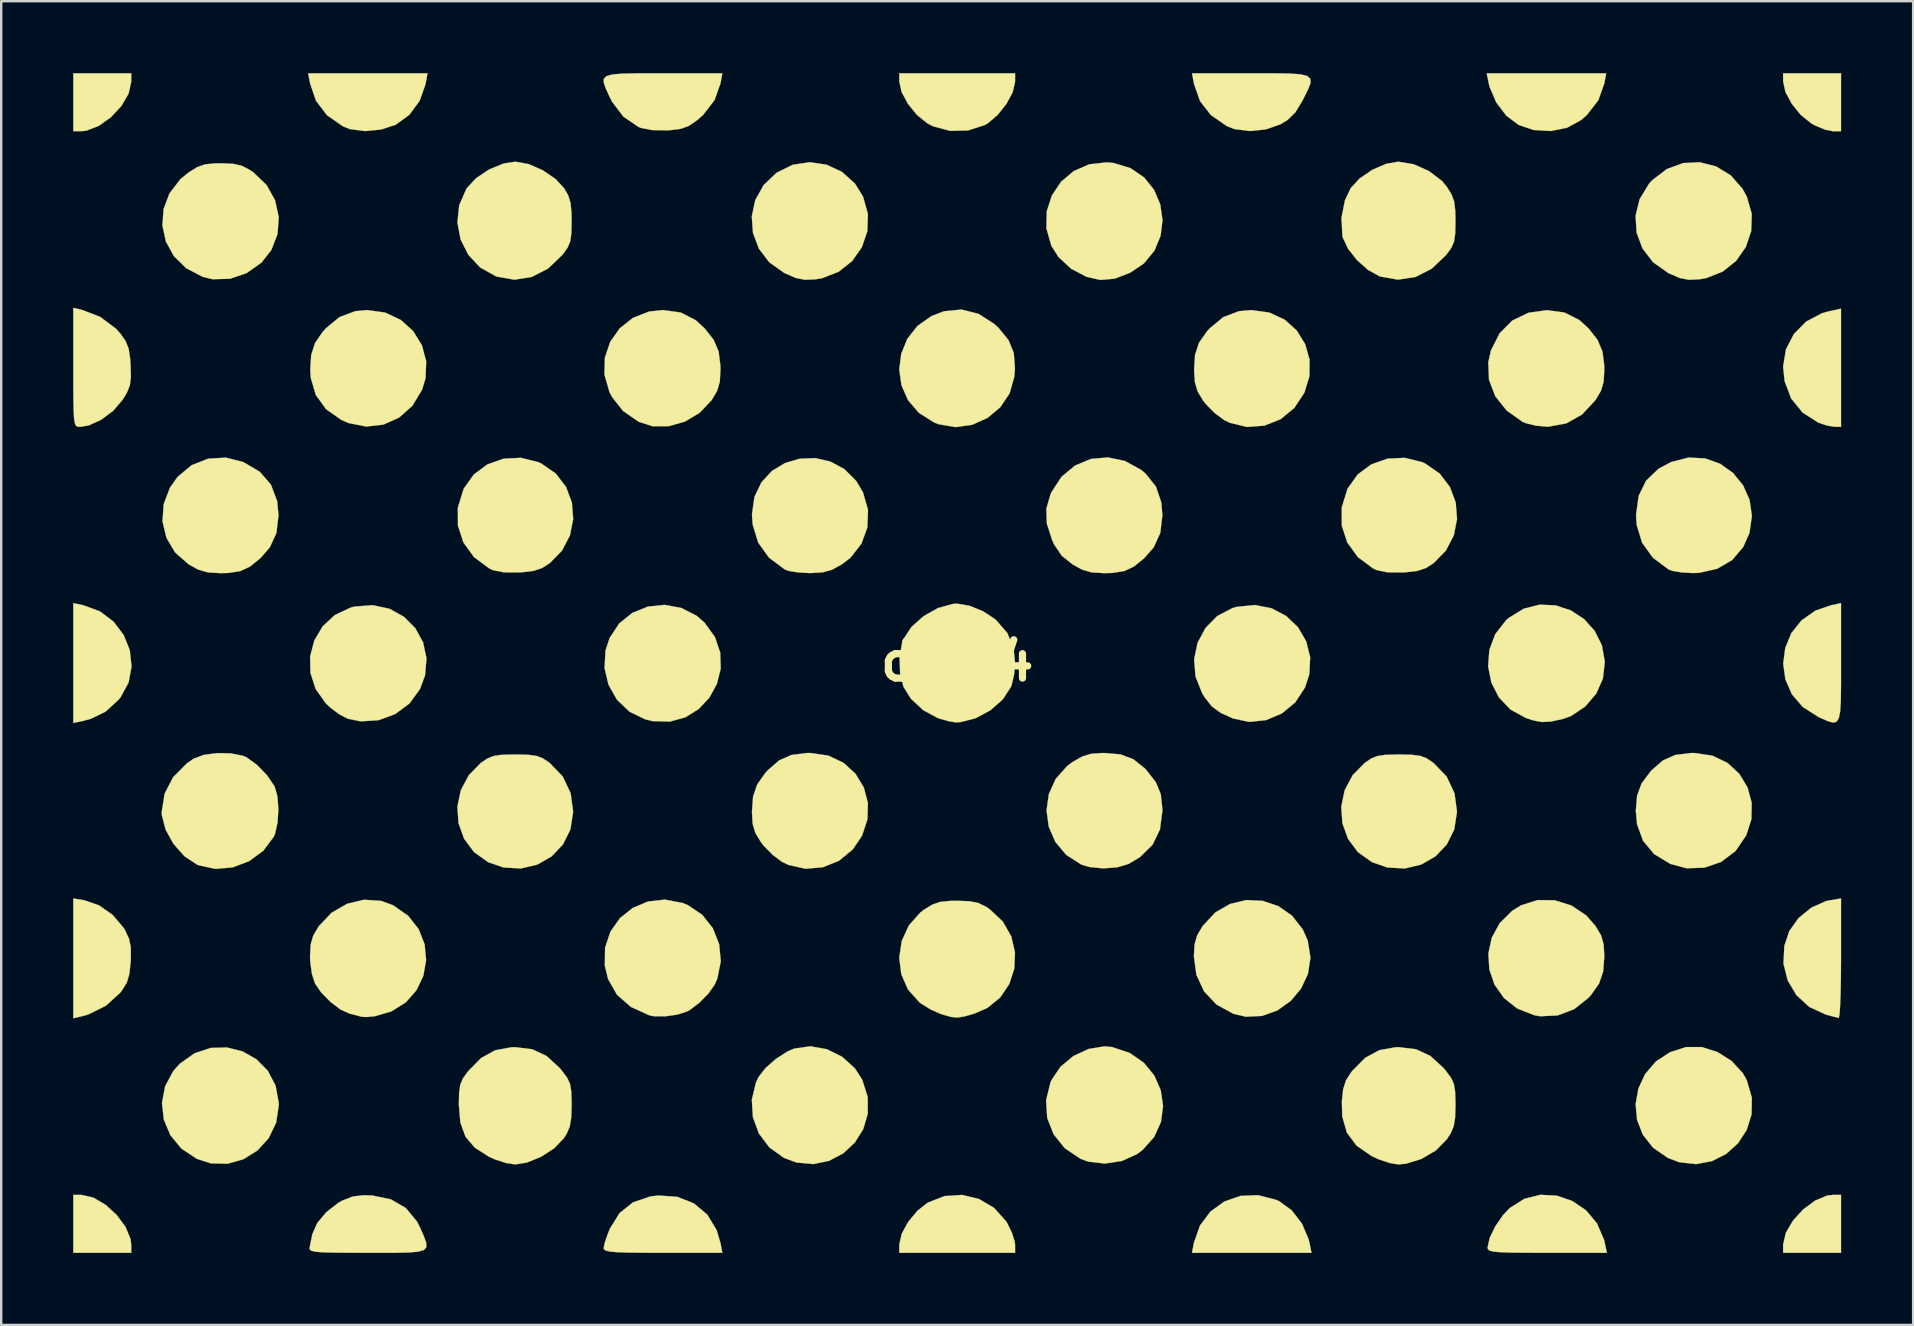
<source format=kicad_pcb>
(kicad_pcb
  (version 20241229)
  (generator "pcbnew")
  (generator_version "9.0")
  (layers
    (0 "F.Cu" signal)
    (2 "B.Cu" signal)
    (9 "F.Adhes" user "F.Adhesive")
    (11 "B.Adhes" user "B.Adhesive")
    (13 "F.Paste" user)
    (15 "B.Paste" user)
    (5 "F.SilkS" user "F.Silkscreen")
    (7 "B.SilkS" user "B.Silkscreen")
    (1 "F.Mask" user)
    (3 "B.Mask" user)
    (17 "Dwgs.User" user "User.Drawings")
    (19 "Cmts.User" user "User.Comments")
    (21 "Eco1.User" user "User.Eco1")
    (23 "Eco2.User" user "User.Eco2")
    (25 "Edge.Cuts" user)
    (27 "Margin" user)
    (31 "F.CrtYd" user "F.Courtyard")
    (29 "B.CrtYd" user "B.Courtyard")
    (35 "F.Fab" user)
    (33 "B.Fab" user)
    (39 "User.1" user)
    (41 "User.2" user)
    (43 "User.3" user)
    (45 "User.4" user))
  (footprint "dots4"
    (layer "F.Cu")
    (at 36.835 24.516)
    (property "Reference" "dots4" (at 0 0 0) (layer "F.SilkS") (effects (font (size 1.524 1.524) (thickness 0.3))))
    (attr through_hole)
    (fp_poly (pts (xy -35.999 22.337) (xy -35.491 22.634) (xy -35.024 23.059) (xy -34.656 23.555) (xy -34.445 24.062) (xy -34.417 24.3) (xy -34.417 24.638) (xy -36.83 24.638) (xy -36.83 22.225) (xy -36.492 22.225) (xy -35.999 22.337)) (stroke (width 0.01) (type solid)) (fill yes) (layer "F.SilkS"))
    (fp_poly (pts (xy -34.417 -24.155) (xy -34.53 -23.656) (xy -34.83 -23.147) (xy -35.261 -22.684) (xy -35.764 -22.323) (xy -36.283 -22.122) (xy -36.507 -22.098) (xy -36.83 -22.098) (xy -36.83 -24.511) (xy -34.417 -24.511) (xy -34.417 -24.155)) (stroke (width 0.01) (type solid)) (fill yes) (layer "F.SilkS"))
    (fp_poly (pts (xy 36.83 24.638) (xy 34.417 24.638) (xy 34.417 24.3) (xy 34.529 23.807) (xy 34.826 23.299) (xy 35.251 22.832) (xy 35.747 22.464) (xy 36.254 22.253) (xy 36.492 22.225) (xy 36.83 22.225) (xy 36.83 24.638)) (stroke (width 0.01) (type solid)) (fill yes) (layer "F.SilkS"))
    (fp_poly (pts (xy 36.83 -22.098) (xy 36.481 -22.099) (xy 36.162 -22.165) (xy 35.763 -22.33) (xy 35.593 -22.423) (xy 35.156 -22.775) (xy 34.779 -23.238) (xy 34.514 -23.733) (xy 34.417 -24.173) (xy 34.417 -24.511) (xy 36.83 -24.511) (xy 36.83 -22.098)) (stroke (width 0.01) (type solid)) (fill yes) (layer "F.SilkS"))
    (fp_poly (pts (xy -36.417 -2.347) (xy -35.719 -2.089) (xy -35.152 -1.661) (xy -34.732 -1.108) (xy -34.477 -0.472) (xy -34.403 0.202) (xy -34.525 0.87) (xy -34.86 1.488) (xy -34.95 1.597) (xy -35.488 2.089) (xy -36.097 2.386) (xy -36.417 2.471) (xy -36.83 2.56) (xy -36.83 -2.433) (xy -36.417 -2.347)) (stroke (width 0.01) (type solid)) (fill yes) (layer "F.SilkS"))
    (fp_poly (pts (xy -22.156 -24.05) (xy -22.4 -23.362) (xy -22.828 -22.781) (xy -23.393 -22.371) (xy -23.4 -22.367) (xy -24.017 -22.166) (xy -24.684 -22.104) (xy -25.301 -22.186) (xy -25.59 -22.298) (xy -26.261 -22.766) (xy -26.718 -23.368) (xy -26.966 -24.098) (xy -27.045 -24.511) (xy -22.07 -24.511) (xy -22.156 -24.05)) (stroke (width 0.01) (type solid)) (fill yes) (layer "F.SilkS"))
    (fp_poly (pts (xy 13.283 22.428) (xy 13.424 22.491) (xy 13.941 22.868) (xy 14.366 23.42) (xy 14.644 24.07) (xy 14.683 24.234) (xy 14.764 24.638) (xy 9.785 24.638) (xy 9.864 24.225) (xy 10.118 23.501) (xy 10.553 22.92) (xy 11.129 22.502) (xy 11.803 22.267) (xy 12.534 22.236) (xy 13.283 22.428)) (stroke (width 0.01) (type solid)) (fill yes) (layer "F.SilkS"))
    (fp_poly (pts (xy 26.969 -24.098) (xy 26.721 -23.395) (xy 26.245 -22.779) (xy 25.999 -22.562) (xy 25.419 -22.245) (xy 24.732 -22.106) (xy 24.016 -22.15) (xy 23.396 -22.36) (xy 22.883 -22.746) (xy 22.46 -23.303) (xy 22.184 -23.951) (xy 22.147 -24.107) (xy 22.066 -24.511) (xy 27.045 -24.511) (xy 26.969 -24.098)) (stroke (width 0.01) (type solid)) (fill yes) (layer "F.SilkS"))
    (fp_poly (pts (xy 36.83 -9.779) (xy 36.544 -9.784) (xy 36.222 -9.839) (xy 35.877 -9.958) (xy 35.225 -10.377) (xy 34.752 -10.963) (xy 34.479 -11.683) (xy 34.417 -12.285) (xy 34.536 -13.012) (xy 34.871 -13.656) (xy 35.384 -14.171) (xy 36.039 -14.515) (xy 36.29 -14.585) (xy 36.83 -14.705) (xy 36.83 -9.779)) (stroke (width 0.01) (type solid)) (fill yes) (layer "F.SilkS"))
    (fp_poly (pts (xy 0.907 22.395) (xy 1.535 22.764) (xy 2.035 23.321) (xy 2.092 23.414) (xy 2.284 23.808) (xy 2.398 24.174) (xy 2.413 24.3) (xy 2.413 24.638) (xy -2.413 24.638) (xy -2.413 24.3) (xy -2.311 23.845) (xy -2.04 23.347) (xy -1.655 22.884) (xy -1.224 22.546) (xy -0.523 22.272) (xy 0.204 22.226) (xy 0.907 22.395)) (stroke (width 0.01) (type solid)) (fill yes) (layer "F.SilkS"))
    (fp_poly (pts (xy 2.413 -24.155) (xy 2.314 -23.725) (xy 2.056 -23.242) (xy 1.694 -22.785) (xy 1.284 -22.434) (xy 1.155 -22.358) (xy 0.45 -22.13) (xy -0.298 -22.113) (xy -1.008 -22.304) (xy -1.237 -22.423) (xy -1.674 -22.775) (xy -2.051 -23.238) (xy -2.316 -23.733) (xy -2.413 -24.173) (xy -2.413 -24.511) (xy 2.413 -24.511) (xy 2.413 -24.155)) (stroke (width 0.01) (type solid)) (fill yes) (layer "F.SilkS"))
    (fp_poly (pts (xy -36.368 9.948) (xy -35.757 10.161) (xy -35.185 10.563) (xy -34.734 11.096) (xy -34.679 11.188) (xy -34.511 11.545) (xy -34.435 11.9) (xy -34.432 12.365) (xy -34.44 12.515) (xy -34.496 13.026) (xy -34.606 13.39) (xy -34.809 13.715) (xy -34.874 13.798) (xy -35.468 14.34) (xy -36.204 14.706) (xy -36.481 14.784) (xy -36.83 14.864) (xy -36.83 9.873) (xy -36.368 9.948)) (stroke (width 0.01) (type solid)) (fill yes) (layer "F.SilkS"))
    (fp_poly (pts (xy 36.83 0.053) (xy 36.83 0.946) (xy 36.822 1.611) (xy 36.795 2.077) (xy 36.737 2.369) (xy 36.636 2.515) (xy 36.483 2.542) (xy 36.264 2.476) (xy 35.969 2.346) (xy 35.876 2.303) (xy 35.234 1.892) (xy 34.78 1.359) (xy 34.511 0.743) (xy 34.421 0.087) (xy 34.506 -0.569) (xy 34.761 -1.183) (xy 35.182 -1.714) (xy 35.762 -2.121) (xy 36.417 -2.347) (xy 36.83 -2.433) (xy 36.83 0.053)) (stroke (width 0.01) (type solid)) (fill yes) (layer "F.SilkS"))
    (fp_poly (pts (xy -11.659 22.306) (xy -10.968 22.58) (xy -10.412 23.049) (xy -10.022 23.691) (xy -9.864 24.225) (xy -9.785 24.638) (xy -12.259 24.638) (xy -13.118 24.636) (xy -13.756 24.628) (xy -14.203 24.611) (xy -14.492 24.583) (xy -14.655 24.541) (xy -14.723 24.483) (xy -14.732 24.439) (xy -14.684 24.214) (xy -14.561 23.857) (xy -14.466 23.623) (xy -14.068 22.981) (xy -13.511 22.537) (xy -12.797 22.293) (xy -12.456 22.25) (xy -11.659 22.306)) (stroke (width 0.01) (type solid)) (fill yes) (layer "F.SilkS"))
    (fp_poly (pts (xy 36.83 12.366) (xy 36.825 13.129) (xy 36.813 13.797) (xy 36.793 14.331) (xy 36.768 14.693) (xy 36.739 14.845) (xy 36.735 14.848) (xy 36.559 14.808) (xy 36.251 14.726) (xy 36.195 14.71) (xy 35.509 14.394) (xy 34.973 13.905) (xy 34.608 13.289) (xy 34.432 12.59) (xy 34.467 11.854) (xy 34.675 11.23) (xy 35.057 10.691) (xy 35.595 10.253) (xy 36.202 9.984) (xy 36.368 9.948) (xy 36.83 9.873) (xy 36.83 12.366)) (stroke (width 0.01) (type solid)) (fill yes) (layer "F.SilkS"))
    (fp_poly (pts (xy 13.828 -24.502) (xy 14.294 -24.471) (xy 14.582 -24.403) (xy 14.717 -24.286) (xy 14.724 -24.106) (xy 14.627 -23.849) (xy 14.453 -23.501) (xy 14.383 -23.364) (xy 14.092 -22.885) (xy 13.763 -22.563) (xy 13.474 -22.388) (xy 12.856 -22.173) (xy 12.182 -22.105) (xy 11.55 -22.188) (xy 11.239 -22.309) (xy 10.572 -22.772) (xy 10.121 -23.35) (xy 9.869 -24.07) (xy 9.864 -24.098) (xy 9.785 -24.511) (xy 12.259 -24.511) (xy 13.158 -24.511) (xy 13.828 -24.502)) (stroke (width 0.01) (type solid)) (fill yes) (layer "F.SilkS"))
    (fp_poly (pts (xy 24.981 22.256) (xy 25.629 22.477) (xy 26.203 22.866) (xy 26.659 23.408) (xy 26.952 24.087) (xy 26.985 24.225) (xy 27.071 24.638) (xy 24.585 24.638) (xy 23.729 24.636) (xy 23.095 24.63) (xy 22.649 24.615) (xy 22.36 24.589) (xy 22.194 24.55) (xy 22.118 24.493) (xy 22.101 24.417) (xy 22.101 24.416) (xy 22.192 24.012) (xy 22.425 23.532) (xy 22.747 23.066) (xy 23.028 22.77) (xy 23.637 22.387) (xy 24.303 22.221) (xy 24.981 22.256)) (stroke (width 0.01) (type solid)) (fill yes) (layer "F.SilkS"))
    (fp_poly (pts (xy -29.777 16.246) (xy -29.195 16.577) (xy -28.723 17.058) (xy -28.401 17.673) (xy -28.268 18.403) (xy -28.267 18.482) (xy -28.379 19.219) (xy -28.688 19.858) (xy -29.155 20.373) (xy -29.739 20.738) (xy -30.401 20.926) (xy -31.1 20.911) (xy -31.686 20.722) (xy -32.327 20.295) (xy -32.787 19.734) (xy -33.059 19.085) (xy -33.136 18.395) (xy -33.008 17.707) (xy -32.668 17.068) (xy -32.394 16.759) (xy -31.777 16.322) (xy -31.108 16.102) (xy -30.428 16.082) (xy -29.777 16.246)) (stroke (width 0.01) (type solid)) (fill yes) (layer "F.SilkS"))
    (fp_poly (pts (xy -11.498 -2.235) (xy -10.854 -1.905) (xy -10.531 -1.625) (xy -10.092 -1.019) (xy -9.873 -0.368) (xy -9.853 0.292) (xy -10.01 0.927) (xy -10.322 1.5) (xy -10.768 1.977) (xy -11.326 2.324) (xy -11.976 2.504) (xy -12.696 2.482) (xy -12.994 2.411) (xy -13.657 2.089) (xy -14.175 1.594) (xy -14.528 0.971) (xy -14.694 0.271) (xy -14.653 -0.461) (xy -14.485 -0.976) (xy -14.08 -1.59) (xy -13.53 -2.03) (xy -12.884 -2.29) (xy -12.19 -2.361) (xy -11.498 -2.235)) (stroke (width 0.01) (type solid)) (fill yes) (layer "F.SilkS"))
    (fp_poly (pts (xy 6.517 -20.775) (xy 7.227 -20.558) (xy 7.793 -20.17) (xy 8.207 -19.653) (xy 8.463 -19.049) (xy 8.556 -18.399) (xy 8.478 -17.744) (xy 8.224 -17.128) (xy 7.786 -16.592) (xy 7.216 -16.205) (xy 6.559 -15.952) (xy 5.965 -15.901) (xy 5.397 -16.028) (xy 4.759 -16.361) (xy 4.229 -16.847) (xy 3.926 -17.321) (xy 3.717 -18.052) (xy 3.734 -18.765) (xy 3.948 -19.425) (xy 4.332 -19.995) (xy 4.86 -20.439) (xy 5.503 -20.72) (xy 6.235 -20.801) (xy 6.517 -20.775)) (stroke (width 0.01) (type solid)) (fill yes) (layer "F.SilkS"))
    (fp_poly (pts (xy 31.68 16.27) (xy 32.274 16.647) (xy 32.74 17.156) (xy 32.904 17.448) (xy 33.114 18.173) (xy 33.102 18.872) (xy 32.9 19.516) (xy 32.537 20.075) (xy 32.044 20.519) (xy 31.451 20.818) (xy 30.788 20.943) (xy 30.086 20.863) (xy 29.617 20.685) (xy 28.996 20.257) (xy 28.569 19.714) (xy 28.33 19.095) (xy 28.271 18.441) (xy 28.386 17.792) (xy 28.668 17.188) (xy 29.111 16.67) (xy 29.708 16.277) (xy 30.376 16.064) (xy 31.025 16.064) (xy 31.68 16.27)) (stroke (width 0.01) (type solid)) (fill yes) (layer "F.SilkS"))
    (fp_poly (pts (xy -29.747 -8.312) (xy -29.067 -7.913) (xy -28.596 -7.372) (xy -28.337 -6.688) (xy -28.28 -6.096) (xy -28.366 -5.361) (xy -28.642 -4.756) (xy -29.04 -4.302) (xy -29.464 -3.959) (xy -29.872 -3.769) (xy -30.37 -3.691) (xy -30.701 -3.683) (xy -31.222 -3.714) (xy -31.633 -3.833) (xy -32.02 -4.047) (xy -32.584 -4.541) (xy -32.95 -5.155) (xy -33.113 -5.842) (xy -33.065 -6.555) (xy -32.802 -7.247) (xy -32.48 -7.7) (xy -31.896 -8.185) (xy -31.21 -8.454) (xy -30.469 -8.496) (xy -29.747 -8.312)) (stroke (width 0.01) (type solid)) (fill yes) (layer "F.SilkS"))
    (fp_poly (pts (xy -23.831 -14.54) (xy -23.185 -14.235) (xy -22.668 -13.769) (xy -22.305 -13.181) (xy -22.125 -12.511) (xy -22.153 -11.798) (xy -22.295 -11.332) (xy -22.699 -10.66) (xy -23.25 -10.169) (xy -23.906 -9.874) (xy -24.625 -9.792) (xy -25.364 -9.938) (xy -25.657 -10.065) (xy -26.296 -10.514) (xy -26.724 -11.104) (xy -26.936 -11.822) (xy -26.957 -12.147) (xy -26.918 -12.777) (xy -26.758 -13.272) (xy -26.439 -13.736) (xy -26.305 -13.886) (xy -25.735 -14.356) (xy -25.084 -14.599) (xy -24.578 -14.646) (xy -23.831 -14.54)) (stroke (width 0.01) (type solid)) (fill yes) (layer "F.SilkS"))
    (fp_poly (pts (xy -23.652 -2.197) (xy -23.052 -1.865) (xy -22.578 -1.388) (xy -22.256 -0.799) (xy -22.112 -0.132) (xy -22.174 0.579) (xy -22.384 1.146) (xy -22.822 1.748) (xy -23.418 2.189) (xy -24.113 2.445) (xy -24.852 2.493) (xy -25.393 2.382) (xy -25.742 2.201) (xy -26.131 1.91) (xy -26.305 1.747) (xy -26.734 1.142) (xy -26.949 0.474) (xy -26.963 -0.214) (xy -26.789 -0.875) (xy -26.441 -1.465) (xy -25.933 -1.938) (xy -25.276 -2.248) (xy -25.119 -2.289) (xy -24.35 -2.349) (xy -23.652 -2.197)) (stroke (width 0.01) (type solid)) (fill yes) (layer "F.SilkS"))
    (fp_poly (pts (xy -12.259 -24.511) (xy -9.785 -24.511) (xy -9.861 -24.098) (xy -10.109 -23.395) (xy -10.585 -22.779) (xy -10.831 -22.562) (xy -11.166 -22.328) (xy -11.503 -22.201) (xy -11.955 -22.142) (xy -12.101 -22.134) (xy -12.709 -22.145) (xy -13.181 -22.236) (xy -13.271 -22.272) (xy -13.904 -22.701) (xy -14.38 -23.327) (xy -14.49 -23.545) (xy -14.636 -23.867) (xy -14.723 -24.108) (xy -14.725 -24.281) (xy -14.614 -24.395) (xy -14.363 -24.464) (xy -13.946 -24.498) (xy -13.336 -24.51) (xy -12.506 -24.511) (xy -12.259 -24.511)) (stroke (width 0.01) (type solid)) (fill yes) (layer "F.SilkS"))
    (fp_poly (pts (xy -5.44 -20.703) (xy -4.795 -20.4) (xy -4.256 -19.912) (xy -3.922 -19.373) (xy -3.719 -18.648) (xy -3.744 -17.931) (xy -3.972 -17.263) (xy -4.379 -16.685) (xy -4.941 -16.241) (xy -5.633 -15.972) (xy -5.906 -15.927) (xy -6.345 -15.908) (xy -6.723 -15.982) (xy -7.17 -16.176) (xy -7.209 -16.196) (xy -7.83 -16.636) (xy -8.264 -17.206) (xy -8.508 -17.858) (xy -8.559 -18.547) (xy -8.413 -19.227) (xy -8.067 -19.851) (xy -7.528 -20.366) (xy -6.855 -20.699) (xy -6.143 -20.807) (xy -5.44 -20.703)) (stroke (width 0.01) (type solid)) (fill yes) (layer "F.SilkS"))
    (fp_poly (pts (xy -5.431 16.154) (xy -4.793 16.47) (xy -4.259 16.954) (xy -3.954 17.428) (xy -3.728 18.145) (xy -3.724 18.84) (xy -3.913 19.484) (xy -4.265 20.046) (xy -4.749 20.496) (xy -5.335 20.805) (xy -5.994 20.941) (xy -6.695 20.876) (xy -7.213 20.685) (xy -7.823 20.251) (xy -8.261 19.668) (xy -8.512 18.987) (xy -8.557 18.259) (xy -8.383 17.536) (xy -8.28 17.318) (xy -7.991 16.943) (xy -7.558 16.562) (xy -7.079 16.253) (xy -6.796 16.129) (xy -6.118 16.032) (xy -5.431 16.154)) (stroke (width 0.01) (type solid)) (fill yes) (layer "F.SilkS"))
    (fp_poly (pts (xy 0.888 -14.488) (xy 1.546 -14.068) (xy 1.731 -13.896) (xy 2.142 -13.391) (xy 2.359 -12.854) (xy 2.408 -12.211) (xy 2.38 -11.864) (xy 2.185 -11.175) (xy 1.796 -10.595) (xy 1.259 -10.149) (xy 0.622 -9.865) (xy -0.071 -9.768) (xy -0.77 -9.887) (xy -0.953 -9.958) (xy -1.594 -10.361) (xy -2.048 -10.891) (xy -2.32 -11.506) (xy -2.414 -12.165) (xy -2.331 -12.825) (xy -2.078 -13.445) (xy -1.656 -13.983) (xy -1.07 -14.398) (xy -0.546 -14.597) (xy 0.184 -14.667) (xy 0.888 -14.488)) (stroke (width 0.01) (type solid)) (fill yes) (layer "F.SilkS"))
    (fp_poly (pts (xy 6.454 16.064) (xy 7.189 16.309) (xy 7.779 16.718) (xy 8.214 17.251) (xy 8.484 17.867) (xy 8.58 18.525) (xy 8.492 19.185) (xy 8.211 19.807) (xy 7.728 20.35) (xy 7.491 20.527) (xy 6.86 20.812) (xy 6.154 20.919) (xy 5.464 20.84) (xy 5.144 20.723) (xy 4.488 20.283) (xy 4.019 19.701) (xy 3.752 19.02) (xy 3.704 18.283) (xy 3.89 17.532) (xy 3.926 17.448) (xy 4.305 16.885) (xy 4.844 16.438) (xy 5.477 16.143) (xy 6.137 16.036) (xy 6.454 16.064)) (stroke (width 0.01) (type solid)) (fill yes) (layer "F.SilkS"))
    (fp_poly (pts (xy 12.737 9.973) (xy 13.385 10.193) (xy 13.955 10.591) (xy 14.402 11.164) (xy 14.609 11.632) (xy 14.722 12.336) (xy 14.618 13.012) (xy 14.331 13.627) (xy 13.895 14.146) (xy 13.343 14.538) (xy 12.71 14.767) (xy 12.03 14.801) (xy 11.511 14.679) (xy 10.809 14.296) (xy 10.289 13.746) (xy 9.968 13.053) (xy 9.864 12.283) (xy 9.891 11.788) (xy 9.999 11.413) (xy 10.225 11.028) (xy 10.236 11.013) (xy 10.76 10.453) (xy 11.381 10.097) (xy 12.055 9.939) (xy 12.737 9.973)) (stroke (width 0.01) (type solid)) (fill yes) (layer "F.SilkS"))
    (fp_poly (pts (xy 13.103 -2.218) (xy 13.711 -1.898) (xy 14.201 -1.429) (xy 14.543 -0.844) (xy 14.71 -0.178) (xy 14.672 0.537) (xy 14.493 1.085) (xy 14.087 1.704) (xy 13.53 2.163) (xy 12.874 2.441) (xy 12.172 2.516) (xy 11.493 2.372) (xy 10.973 2.135) (xy 10.611 1.869) (xy 10.319 1.499) (xy 10.209 1.321) (xy 9.932 0.624) (xy 9.874 -0.092) (xy 10.018 -0.782) (xy 10.346 -1.398) (xy 10.838 -1.897) (xy 11.476 -2.23) (xy 11.643 -2.278) (xy 12.404 -2.356) (xy 13.103 -2.218)) (stroke (width 0.01) (type solid)) (fill yes) (layer "F.SilkS"))
    (fp_poly (pts (xy 31.168 -8.465) (xy 31.795 -8.24) (xy 32.331 -7.856) (xy 32.747 -7.345) (xy 33.019 -6.739) (xy 33.117 -6.069) (xy 33.017 -5.368) (xy 32.756 -4.774) (xy 32.294 -4.231) (xy 31.669 -3.865) (xy 30.918 -3.696) (xy 30.659 -3.687) (xy 30.205 -3.712) (xy 29.824 -3.773) (xy 29.654 -3.831) (xy 28.992 -4.324) (xy 28.542 -4.949) (xy 28.315 -5.689) (xy 28.288 -6.108) (xy 28.396 -6.899) (xy 28.707 -7.538) (xy 29.227 -8.034) (xy 29.747 -8.312) (xy 30.477 -8.5) (xy 31.168 -8.465)) (stroke (width 0.01) (type solid)) (fill yes) (layer "F.SilkS"))
    (fp_poly (pts (xy -36.481 -14.657) (xy -35.711 -14.362) (xy -35.057 -13.873) (xy -34.872 -13.668) (xy -34.651 -13.356) (xy -34.525 -13.041) (xy -34.462 -12.622) (xy -34.443 -12.344) (xy -34.431 -11.855) (xy -34.473 -11.513) (xy -34.593 -11.212) (xy -34.774 -10.909) (xy -35.165 -10.452) (xy -35.664 -10.078) (xy -36.19 -9.839) (xy -36.553 -9.779) (xy -36.648 -9.785) (xy -36.718 -9.826) (xy -36.768 -9.935) (xy -36.8 -10.145) (xy -36.818 -10.49) (xy -36.827 -11.002) (xy -36.83 -11.714) (xy -36.83 -12.258) (xy -36.83 -14.737) (xy -36.481 -14.657)) (stroke (width 0.01) (type solid)) (fill yes) (layer "F.SilkS"))
    (fp_poly (pts (xy 24.939 -2.34) (xy 25.566 -2.133) (xy 26.119 -1.772) (xy 26.564 -1.279) (xy 26.865 -0.678) (xy 26.987 0.009) (xy 26.909 0.706) (xy 26.631 1.335) (xy 26.169 1.877) (xy 25.587 2.266) (xy 25.236 2.393) (xy 24.74 2.501) (xy 24.367 2.521) (xy 24.002 2.452) (xy 23.705 2.355) (xy 23.059 2.003) (xy 22.575 1.496) (xy 22.261 0.882) (xy 22.125 0.205) (xy 22.176 -0.485) (xy 22.422 -1.142) (xy 22.871 -1.719) (xy 22.975 -1.812) (xy 23.608 -2.202) (xy 24.275 -2.371) (xy 24.939 -2.34)) (stroke (width 0.01) (type solid)) (fill yes) (layer "F.SilkS"))
    (fp_poly (pts (xy 31.46 3.919) (xy 32.094 4.221) (xy 32.59 4.676) (xy 32.934 5.244) (xy 33.108 5.888) (xy 33.096 6.566) (xy 32.882 7.242) (xy 32.45 7.874) (xy 32.41 7.916) (xy 31.828 8.352) (xy 31.137 8.589) (xy 30.401 8.615) (xy 29.719 8.434) (xy 29.045 8.025) (xy 28.582 7.473) (xy 28.33 6.78) (xy 28.279 6.222) (xy 28.332 5.589) (xy 28.519 5.082) (xy 28.886 4.588) (xy 28.94 4.529) (xy 29.408 4.12) (xy 29.925 3.893) (xy 30.574 3.812) (xy 30.706 3.81) (xy 31.46 3.919)) (stroke (width 0.01) (type solid)) (fill yes) (layer "F.SilkS"))
    (fp_poly (pts (xy 31.622 -20.633) (xy 32.229 -20.263) (xy 32.723 -19.703) (xy 32.907 -19.367) (xy 33.111 -18.65) (xy 33.088 -17.938) (xy 32.863 -17.272) (xy 32.459 -16.695) (xy 31.901 -16.249) (xy 31.214 -15.976) (xy 30.924 -15.927) (xy 30.482 -15.908) (xy 30.101 -15.984) (xy 29.65 -16.181) (xy 29.628 -16.192) (xy 28.998 -16.638) (xy 28.556 -17.214) (xy 28.311 -17.875) (xy 28.269 -18.575) (xy 28.439 -19.268) (xy 28.828 -19.909) (xy 28.957 -20.052) (xy 29.57 -20.522) (xy 30.248 -20.77) (xy 30.947 -20.804) (xy 31.622 -20.633)) (stroke (width 0.01) (type solid)) (fill yes) (layer "F.SilkS"))
    (fp_poly (pts (xy -30.17 -20.741) (xy -29.813 -20.661) (xy -29.482 -20.488) (xy -29.324 -20.381) (xy -28.776 -19.855) (xy -28.423 -19.219) (xy -28.269 -18.522) (xy -28.32 -17.816) (xy -28.579 -17.148) (xy -28.989 -16.625) (xy -29.609 -16.185) (xy -30.308 -15.949) (xy -31.027 -15.931) (xy -31.433 -16.028) (xy -32.123 -16.387) (xy -32.638 -16.891) (xy -32.971 -17.499) (xy -33.117 -18.166) (xy -33.07 -18.85) (xy -32.823 -19.508) (xy -32.372 -20.096) (xy -32.024 -20.382) (xy -31.665 -20.604) (xy -31.332 -20.719) (xy -30.913 -20.76) (xy -30.667 -20.762) (xy -30.17 -20.741)) (stroke (width 0.01) (type solid)) (fill yes) (layer "F.SilkS"))
    (fp_poly (pts (xy -17.455 -8.309) (xy -17.329 -8.252) (xy -16.724 -7.832) (xy -16.298 -7.275) (xy -16.055 -6.629) (xy -16 -5.94) (xy -16.135 -5.255) (xy -16.466 -4.622) (xy -16.971 -4.106) (xy -17.298 -3.896) (xy -17.649 -3.778) (xy -18.125 -3.72) (xy -18.274 -3.712) (xy -18.893 -3.716) (xy -19.335 -3.805) (xy -19.494 -3.876) (xy -20.134 -4.353) (xy -20.575 -4.961) (xy -20.803 -5.662) (xy -20.806 -6.415) (xy -20.571 -7.181) (xy -20.559 -7.207) (xy -20.142 -7.795) (xy -19.573 -8.216) (xy -18.901 -8.453) (xy -18.178 -8.489) (xy -17.455 -8.309)) (stroke (width 0.01) (type solid)) (fill yes) (layer "F.SilkS"))
    (fp_poly (pts (xy -11.517 -14.542) (xy -10.899 -14.226) (xy -10.525 -13.886) (xy -10.146 -13.403) (xy -9.94 -12.919) (xy -9.866 -12.328) (xy -9.864 -12.157) (xy -9.891 -11.66) (xy -10 -11.285) (xy -10.226 -10.9) (xy -10.236 -10.886) (xy -10.728 -10.366) (xy -11.342 -10) (xy -12.017 -9.807) (xy -12.692 -9.804) (xy -13.271 -9.99) (xy -13.923 -10.442) (xy -14.381 -11.023) (xy -14.492 -11.239) (xy -14.699 -11.959) (xy -14.679 -12.666) (xy -14.458 -13.321) (xy -14.061 -13.885) (xy -13.514 -14.318) (xy -12.843 -14.583) (xy -12.252 -14.646) (xy -11.517 -14.542)) (stroke (width 0.01) (type solid)) (fill yes) (layer "F.SilkS"))
    (fp_poly (pts (xy -11.451 10.059) (xy -11.225 10.149) (xy -10.624 10.552) (xy -10.182 11.113) (xy -9.918 11.779) (xy -9.85 12.496) (xy -9.995 13.213) (xy -10.103 13.462) (xy -10.368 13.837) (xy -10.754 14.227) (xy -11.156 14.529) (xy -11.239 14.575) (xy -11.654 14.711) (xy -12.163 14.784) (xy -12.636 14.781) (xy -12.828 14.743) (xy -13.599 14.391) (xy -14.175 13.885) (xy -14.546 13.233) (xy -14.682 12.68) (xy -14.672 11.928) (xy -14.45 11.257) (xy -14.053 10.694) (xy -13.518 10.266) (xy -12.881 9.999) (xy -12.18 9.921) (xy -11.451 10.059)) (stroke (width 0.01) (type solid)) (fill yes) (layer "F.SilkS"))
    (fp_poly (pts (xy -5.285 -8.334) (xy -4.702 -8.02) (xy -4.206 -7.525) (xy -3.924 -7.048) (xy -3.715 -6.318) (xy -3.742 -5.589) (xy -3.99 -4.909) (xy -4.445 -4.327) (xy -4.806 -4.05) (xy -5.216 -3.825) (xy -5.605 -3.716) (xy -6.104 -3.687) (xy -6.153 -3.687) (xy -6.611 -3.712) (xy -6.996 -3.771) (xy -7.176 -3.831) (xy -7.84 -4.326) (xy -8.291 -4.955) (xy -8.521 -5.707) (xy -8.551 -6.132) (xy -8.446 -6.864) (xy -8.155 -7.47) (xy -7.718 -7.942) (xy -7.173 -8.272) (xy -6.56 -8.452) (xy -5.918 -8.476) (xy -5.285 -8.334)) (stroke (width 0.01) (type solid)) (fill yes) (layer "F.SilkS"))
    (fp_poly (pts (xy 19.375 -8.309) (xy 19.501 -8.252) (xy 20.106 -7.832) (xy 20.532 -7.275) (xy 20.775 -6.629) (xy 20.83 -5.94) (xy 20.695 -5.255) (xy 20.364 -4.622) (xy 19.859 -4.106) (xy 19.532 -3.896) (xy 19.181 -3.778) (xy 18.705 -3.72) (xy 18.556 -3.712) (xy 17.937 -3.716) (xy 17.495 -3.805) (xy 17.336 -3.876) (xy 16.696 -4.353) (xy 16.255 -4.961) (xy 16.027 -5.662) (xy 16.024 -6.415) (xy 16.259 -7.181) (xy 16.271 -7.207) (xy 16.688 -7.795) (xy 17.257 -8.216) (xy 17.929 -8.453) (xy 18.652 -8.489) (xy 19.375 -8.309)) (stroke (width 0.01) (type solid)) (fill yes) (layer "F.SilkS"))
    (fp_poly (pts (xy 24.905 9.949) (xy 25.597 10.167) (xy 26.212 10.579) (xy 26.594 11.013) (xy 26.825 11.4) (xy 26.937 11.774) (xy 26.966 12.265) (xy 26.966 12.284) (xy 26.919 12.917) (xy 26.748 13.418) (xy 26.415 13.891) (xy 26.305 14.013) (xy 25.711 14.485) (xy 25.023 14.747) (xy 24.297 14.781) (xy 24.048 14.738) (xy 23.332 14.456) (xy 22.778 14.015) (xy 22.39 13.459) (xy 22.174 12.828) (xy 22.135 12.163) (xy 22.277 11.508) (xy 22.606 10.902) (xy 23.126 10.388) (xy 23.506 10.154) (xy 24.19 9.94) (xy 24.905 9.949)) (stroke (width 0.01) (type solid)) (fill yes) (layer "F.SilkS"))
    (fp_poly (pts (xy -17.895 3.884) (xy -17.544 3.928) (xy -17.277 4.027) (xy -17.012 4.203) (xy -16.975 4.23) (xy -16.433 4.794) (xy -16.106 5.489) (xy -16.002 6.257) (xy -16.115 6.995) (xy -16.428 7.624) (xy -16.902 8.121) (xy -17.497 8.462) (xy -18.176 8.623) (xy -18.899 8.583) (xy -19.543 8.361) (xy -20.134 7.94) (xy -20.547 7.383) (xy -20.778 6.735) (xy -20.825 6.046) (xy -20.683 5.363) (xy -20.349 4.733) (xy -19.855 4.23) (xy -19.583 4.044) (xy -19.322 3.937) (xy -18.985 3.887) (xy -18.49 3.874) (xy -18.415 3.873) (xy -17.895 3.884)) (stroke (width 0.01) (type solid)) (fill yes) (layer "F.SilkS"))
    (fp_poly (pts (xy 6.99 -8.358) (xy 7.663 -7.987) (xy 7.854 -7.827) (xy 8.284 -7.287) (xy 8.509 -6.621) (xy 8.55 -6.096) (xy 8.464 -5.361) (xy 8.188 -4.756) (xy 7.79 -4.302) (xy 7.366 -3.959) (xy 6.958 -3.769) (xy 6.46 -3.691) (xy 6.129 -3.683) (xy 5.608 -3.714) (xy 5.197 -3.833) (xy 4.811 -4.047) (xy 4.359 -4.408) (xy 4.046 -4.869) (xy 3.96 -5.054) (xy 3.736 -5.749) (xy 3.715 -6.367) (xy 3.894 -6.983) (xy 3.924 -7.048) (xy 4.352 -7.703) (xy 4.916 -8.17) (xy 5.573 -8.441) (xy 6.279 -8.506) (xy 6.99 -8.358)) (stroke (width 0.01) (type solid)) (fill yes) (layer "F.SilkS"))
    (fp_poly (pts (xy 13.009 -14.543) (xy 13.647 -14.246) (xy 14.151 -13.793) (xy 14.502 -13.224) (xy 14.684 -12.577) (xy 14.679 -11.891) (xy 14.47 -11.206) (xy 14.054 -10.575) (xy 13.479 -10.099) (xy 12.802 -9.83) (xy 12.079 -9.775) (xy 11.366 -9.946) (xy 11.118 -10.068) (xy 10.728 -10.356) (xy 10.354 -10.738) (xy 10.247 -10.876) (xy 10.019 -11.256) (xy 9.907 -11.631) (xy 9.873 -12.128) (xy 9.873 -12.147) (xy 9.912 -12.777) (xy 10.072 -13.272) (xy 10.391 -13.736) (xy 10.525 -13.886) (xy 11.095 -14.356) (xy 11.746 -14.599) (xy 12.252 -14.646) (xy 13.009 -14.543)) (stroke (width 0.01) (type solid)) (fill yes) (layer "F.SilkS"))
    (fp_poly (pts (xy 18.935 3.884) (xy 19.286 3.928) (xy 19.553 4.027) (xy 19.818 4.203) (xy 19.855 4.23) (xy 20.397 4.794) (xy 20.724 5.489) (xy 20.828 6.257) (xy 20.715 6.995) (xy 20.402 7.624) (xy 19.928 8.121) (xy 19.333 8.462) (xy 18.654 8.623) (xy 17.931 8.583) (xy 17.287 8.361) (xy 16.696 7.94) (xy 16.283 7.383) (xy 16.052 6.735) (xy 16.005 6.046) (xy 16.147 5.363) (xy 16.481 4.733) (xy 16.975 4.23) (xy 17.247 4.044) (xy 17.508 3.937) (xy 17.845 3.887) (xy 18.34 3.874) (xy 18.415 3.873) (xy 18.935 3.884)) (stroke (width 0.01) (type solid)) (fill yes) (layer "F.SilkS"))
    (fp_poly (pts (xy 25.308 -14.543) (xy 25.925 -14.231) (xy 26.305 -13.886) (xy 26.684 -13.403) (xy 26.89 -12.919) (xy 26.964 -12.328) (xy 26.966 -12.157) (xy 26.939 -11.664) (xy 26.833 -11.293) (xy 26.609 -10.914) (xy 26.591 -10.887) (xy 26.038 -10.293) (xy 25.38 -9.923) (xy 24.636 -9.787) (xy 24.575 -9.786) (xy 24.112 -9.829) (xy 23.689 -9.934) (xy 23.558 -9.99) (xy 22.891 -10.464) (xy 22.42 -11.059) (xy 22.161 -11.739) (xy 22.131 -12.471) (xy 22.244 -12.967) (xy 22.607 -13.682) (xy 23.133 -14.21) (xy 23.804 -14.534) (xy 24.576 -14.641) (xy 25.308 -14.543)) (stroke (width 0.01) (type solid)) (fill yes) (layer "F.SilkS"))
    (fp_poly (pts (xy -30.255 3.828) (xy -29.757 3.929) (xy -29.616 3.989) (xy -29.18 4.303) (xy -28.753 4.747) (xy -28.442 5.206) (xy -28.326 5.61) (xy -28.285 6.147) (xy -28.319 6.706) (xy -28.425 7.179) (xy -28.479 7.303) (xy -28.916 7.887) (xy -29.506 8.319) (xy -30.19 8.577) (xy -30.911 8.641) (xy -31.61 8.488) (xy -31.686 8.456) (xy -32.205 8.109) (xy -32.655 7.599) (xy -32.985 7.003) (xy -33.141 6.401) (xy -33.147 6.274) (xy -33.026 5.505) (xy -32.671 4.82) (xy -32.096 4.24) (xy -31.814 4.046) (xy -31.391 3.889) (xy -30.836 3.816) (xy -30.255 3.828)) (stroke (width 0.01) (type solid)) (fill yes) (layer "F.SilkS"))
    (fp_poly (pts (xy -5.369 3.919) (xy -4.733 4.222) (xy -4.234 4.678) (xy -3.89 5.249) (xy -3.719 5.896) (xy -3.739 6.579) (xy -3.965 7.26) (xy -4.35 7.827) (xy -4.921 8.3) (xy -5.597 8.573) (xy -6.318 8.635) (xy -7.026 8.477) (xy -7.297 8.347) (xy -7.683 8.061) (xy -8.059 7.678) (xy -8.176 7.528) (xy -8.408 7.145) (xy -8.52 6.777) (xy -8.551 6.295) (xy -8.551 6.258) (xy -8.504 5.625) (xy -8.333 5.124) (xy -8 4.651) (xy -7.89 4.529) (xy -7.42 4.12) (xy -6.902 3.892) (xy -6.252 3.811) (xy -6.127 3.81) (xy -5.369 3.919)) (stroke (width 0.01) (type solid)) (fill yes) (layer "F.SilkS"))
    (fp_poly (pts (xy 6.804 3.869) (xy 7.338 4.069) (xy 7.809 4.443) (xy 7.89 4.529) (xy 8.279 5.028) (xy 8.485 5.528) (xy 8.55 6.142) (xy 8.551 6.222) (xy 8.45 6.997) (xy 8.142 7.634) (xy 7.615 8.151) (xy 7.15 8.431) (xy 6.67 8.575) (xy 6.079 8.619) (xy 5.502 8.561) (xy 5.178 8.462) (xy 4.547 8.059) (xy 4.092 7.517) (xy 3.816 6.883) (xy 3.724 6.202) (xy 3.82 5.522) (xy 4.108 4.888) (xy 4.592 4.346) (xy 4.797 4.194) (xy 5.21 3.957) (xy 5.595 3.842) (xy 6.088 3.81) (xy 6.124 3.81) (xy 6.804 3.869)) (stroke (width 0.01) (type solid)) (fill yes) (layer "F.SilkS"))
    (fp_poly (pts (xy -17.861 -20.73) (xy -17.268 -20.472) (xy -16.734 -20.107) (xy -16.383 -19.728) (xy -16.207 -19.424) (xy -16.11 -19.106) (xy -16.07 -18.682) (xy -16.066 -18.341) (xy -16.076 -17.841) (xy -16.124 -17.506) (xy -16.234 -17.245) (xy -16.431 -16.97) (xy -16.46 -16.935) (xy -17.051 -16.373) (xy -17.724 -16.028) (xy -18.442 -15.911) (xy -19.169 -16.035) (xy -19.221 -16.054) (xy -19.875 -16.42) (xy -20.371 -16.948) (xy -20.693 -17.589) (xy -20.825 -18.293) (xy -20.75 -19.013) (xy -20.452 -19.698) (xy -20.44 -19.718) (xy -20.046 -20.143) (xy -19.501 -20.506) (xy -18.903 -20.751) (xy -18.415 -20.828) (xy -17.861 -20.73)) (stroke (width 0.01) (type solid)) (fill yes) (layer "F.SilkS"))
    (fp_poly (pts (xy -24.372 22.25) (xy -23.594 22.412) (xy -22.972 22.774) (xy -22.509 23.335) (xy -22.364 23.623) (xy -22.216 23.964) (xy -22.125 24.219) (xy -22.117 24.4) (xy -22.22 24.52) (xy -22.461 24.591) (xy -22.867 24.626) (xy -23.464 24.638) (xy -24.281 24.638) (xy -24.563 24.638) (xy -25.412 24.636) (xy -26.041 24.63) (xy -26.479 24.616) (xy -26.761 24.59) (xy -26.917 24.551) (xy -26.981 24.495) (xy -26.984 24.419) (xy -26.983 24.416) (xy -26.923 24.12) (xy -26.868 23.854) (xy -26.667 23.399) (xy -26.286 22.943) (xy -25.788 22.556) (xy -25.616 22.46) (xy -25.189 22.292) (xy -24.73 22.237) (xy -24.372 22.25)) (stroke (width 0.01) (type solid)) (fill yes) (layer "F.SilkS"))
    (fp_poly (pts (xy -24.013 9.972) (xy -23.506 10.154) (xy -22.874 10.598) (xy -22.438 11.153) (xy -22.192 11.781) (xy -22.129 12.44) (xy -22.242 13.089) (xy -22.525 13.69) (xy -22.972 14.2) (xy -23.575 14.579) (xy -24.263 14.779) (xy -24.594 14.813) (xy -24.816 14.804) (xy -24.828 14.801) (xy -25.04 14.74) (xy -25.302 14.678) (xy -25.688 14.505) (xy -26.118 14.182) (xy -26.51 13.779) (xy -26.76 13.411) (xy -26.887 13.022) (xy -26.958 12.506) (xy -26.966 12.283) (xy -26.939 11.79) (xy -26.833 11.42) (xy -26.611 11.044) (xy -26.596 11.023) (xy -26.068 10.467) (xy -25.427 10.096) (xy -24.724 9.927) (xy -24.013 9.972)) (stroke (width 0.01) (type solid)) (fill yes) (layer "F.SilkS"))
    (fp_poly (pts (xy 0.525 -2.322) (xy 1.095 -2.087) (xy 1.594 -1.755) (xy 1.61 -1.741) (xy 2.094 -1.183) (xy 2.353 -0.537) (xy 2.413 0.064) (xy 2.374 0.527) (xy 2.276 0.961) (xy 2.241 1.054) (xy 1.9 1.58) (xy 1.382 2.033) (xy 0.766 2.365) (xy 0.127 2.526) (xy -0.064 2.534) (xy -0.346 2.489) (xy -0.723 2.383) (xy -0.808 2.354) (xy -1.409 2.032) (xy -1.92 1.558) (xy -2.238 1.052) (xy -2.379 0.491) (xy -2.399 -0.16) (xy -2.298 -0.767) (xy -2.241 -0.927) (xy -1.909 -1.438) (xy -1.402 -1.89) (xy -0.801 -2.228) (xy -0.185 -2.4) (xy 0 -2.412) (xy 0.525 -2.322)) (stroke (width 0.01) (type solid)) (fill yes) (layer "F.SilkS"))
    (fp_poly (pts (xy 19.027 -20.721) (xy 19.666 -20.435) (xy 20.205 -20.02) (xy 20.406 -19.779) (xy 20.6 -19.465) (xy 20.709 -19.165) (xy 20.756 -18.785) (xy 20.765 -18.342) (xy 20.754 -17.843) (xy 20.707 -17.507) (xy 20.597 -17.247) (xy 20.4 -16.972) (xy 20.37 -16.935) (xy 19.774 -16.368) (xy 19.097 -16.024) (xy 18.37 -15.913) (xy 17.628 -16.044) (xy 17.59 -16.058) (xy 17.119 -16.32) (xy 16.663 -16.724) (xy 16.291 -17.196) (xy 16.071 -17.659) (xy 16.053 -17.737) (xy 16.014 -18.488) (xy 16.159 -19.219) (xy 16.396 -19.723) (xy 16.773 -20.133) (xy 17.299 -20.49) (xy 17.876 -20.74) (xy 18.385 -20.828) (xy 19.027 -20.721)) (stroke (width 0.01) (type solid)) (fill yes) (layer "F.SilkS"))
    (fp_poly (pts (xy 0.509 9.987) (xy 0.869 10.058) (xy 1.184 10.209) (xy 1.354 10.32) (xy 1.902 10.835) (xy 2.252 11.448) (xy 2.409 12.116) (xy 2.381 12.793) (xy 2.173 13.436) (xy 1.793 14.001) (xy 1.246 14.442) (xy 0.712 14.671) (xy 0.294 14.79) (xy 0.011 14.836) (xy -0.246 14.811) (xy -0.585 14.717) (xy -0.669 14.69) (xy -1.095 14.505) (xy -1.516 14.245) (xy -1.571 14.202) (xy -2.048 13.669) (xy -2.329 13.031) (xy -2.415 12.339) (xy -2.309 11.644) (xy -2.015 11) (xy -1.535 10.457) (xy -1.372 10.333) (xy -1.034 10.127) (xy -0.711 10.016) (xy -0.298 9.974) (xy 0 9.97) (xy 0.509 9.987)) (stroke (width 0.01) (type solid)) (fill yes) (layer "F.SilkS"))
    (fp_poly (pts (xy 19.118 16.156) (xy 19.714 16.432) (xy 20.258 16.928) (xy 20.37 17.062) (xy 20.579 17.344) (xy 20.698 17.601) (xy 20.751 17.924) (xy 20.764 18.399) (xy 20.765 18.469) (xy 20.751 18.987) (xy 20.695 19.347) (xy 20.574 19.642) (xy 20.406 19.906) (xy 19.953 20.369) (xy 19.349 20.726) (xy 18.69 20.928) (xy 18.374 20.955) (xy 18.016 20.895) (xy 17.563 20.741) (xy 17.264 20.604) (xy 16.642 20.173) (xy 16.24 19.632) (xy 16.046 18.958) (xy 16.03 18.324) (xy 16.084 17.82) (xy 16.199 17.456) (xy 16.412 17.122) (xy 16.466 17.054) (xy 17.007 16.511) (xy 17.592 16.193) (xy 18.276 16.072) (xy 18.415 16.07) (xy 19.118 16.156)) (stroke (width 0.01) (type solid)) (fill yes) (layer "F.SilkS"))
    (fp_poly (pts (xy -17.712 16.156) (xy -17.116 16.432) (xy -16.572 16.928) (xy -16.46 17.062) (xy -16.251 17.344) (xy -16.132 17.602) (xy -16.079 17.925) (xy -16.066 18.401) (xy -16.066 18.468) (xy -16.081 18.999) (xy -16.141 19.369) (xy -16.267 19.67) (xy -16.383 19.855) (xy -16.779 20.272) (xy -17.324 20.629) (xy -17.917 20.874) (xy -18.415 20.955) (xy -18.797 20.896) (xy -19.26 20.747) (xy -19.501 20.64) (xy -20.098 20.26) (xy -20.489 19.8) (xy -20.702 19.211) (xy -20.765 18.468) (xy -20.754 17.968) (xy -20.706 17.633) (xy -20.596 17.372) (xy -20.399 17.097) (xy -20.37 17.062) (xy -19.83 16.517) (xy -19.25 16.197) (xy -18.574 16.073) (xy -18.415 16.07) (xy -17.712 16.156)) (stroke (width 0.01) (type solid)) (fill yes) (layer "F.SilkS")))
  (gr_rect
    (start -3 -3)
    (end 76.67 52.159)
    (stroke (width 0.1) (type default))
    (fill no)
    (layer "Edge.Cuts")))
</source>
